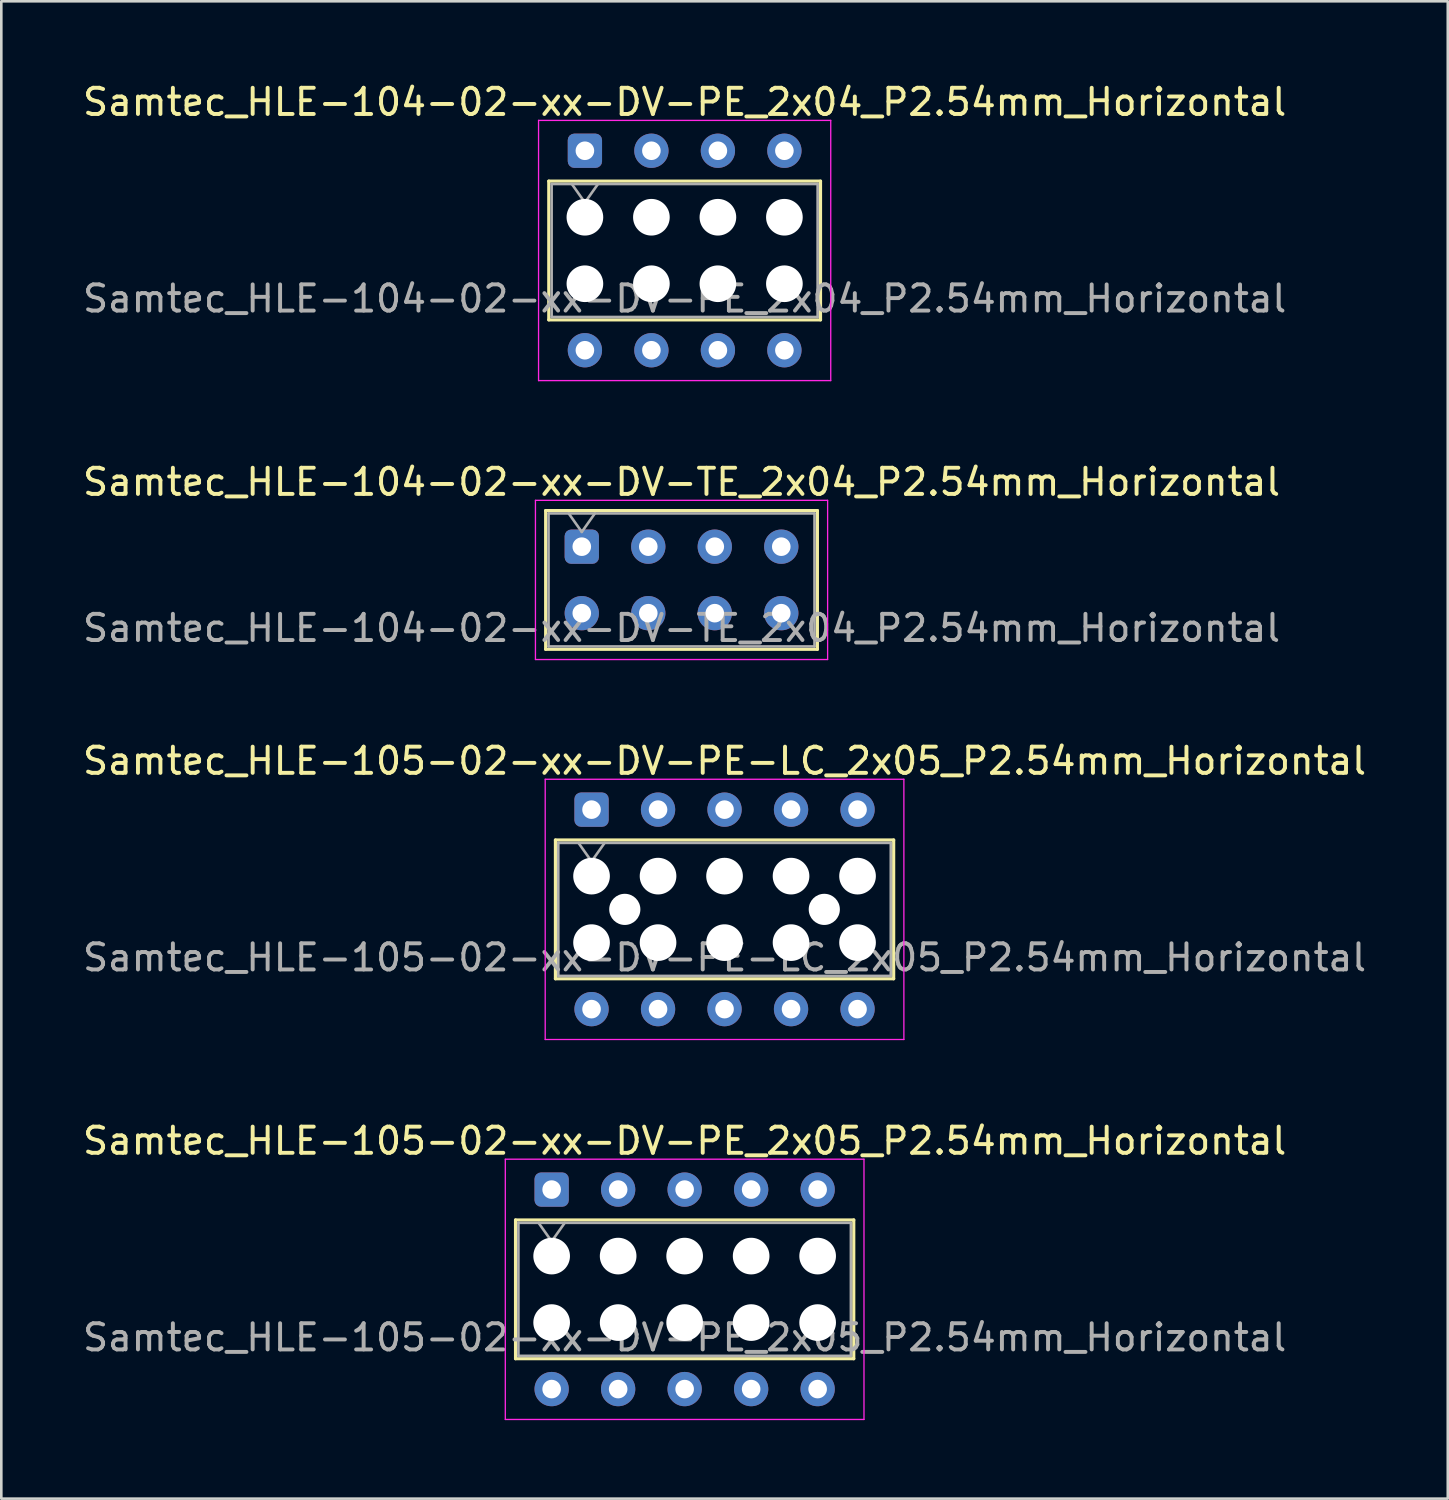
<source format=kicad_pcb>
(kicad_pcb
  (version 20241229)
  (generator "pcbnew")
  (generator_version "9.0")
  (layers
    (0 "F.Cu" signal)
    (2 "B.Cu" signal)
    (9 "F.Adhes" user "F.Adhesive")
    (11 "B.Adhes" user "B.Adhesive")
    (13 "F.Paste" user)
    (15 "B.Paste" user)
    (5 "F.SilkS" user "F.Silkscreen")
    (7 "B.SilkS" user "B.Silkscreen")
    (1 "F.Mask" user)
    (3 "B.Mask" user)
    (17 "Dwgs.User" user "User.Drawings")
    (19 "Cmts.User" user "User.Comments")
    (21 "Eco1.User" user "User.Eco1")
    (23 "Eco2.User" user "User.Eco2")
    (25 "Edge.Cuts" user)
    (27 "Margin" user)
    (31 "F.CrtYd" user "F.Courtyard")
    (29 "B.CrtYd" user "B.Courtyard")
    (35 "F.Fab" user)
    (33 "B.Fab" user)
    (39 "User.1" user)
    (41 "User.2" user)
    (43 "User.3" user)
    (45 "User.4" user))
  (footprint "Samtec_HLE-105-02-xx-DV-PE-LC_2x05_P2.54mm_Horizontal"
    (layer "F.Cu")
    (at 19.545 27.875)
    (property "Reference" "Samtec_HLE-105-02-xx-DV-PE-LC_2x05_P2.54mm_Horizontal" (at 5.08 -1.86 0) (layer "F.SilkS") (effects (font (size 1 1) (thickness 0.15))))
    (attr through_hole)
    (fp_line (start -1.38 1.16) (end 11.54 1.16) (stroke (width 0.12) (type solid)) (layer "F.SilkS"))
    (fp_line (start -1.38 6.46) (end -1.38 1.16) (stroke (width 0.12) (type solid)) (layer "F.SilkS"))
    (fp_line (start 11.54 1.16) (end 11.54 6.46) (stroke (width 0.12) (type solid)) (layer "F.SilkS"))
    (fp_line (start 11.54 6.46) (end -1.38 6.46) (stroke (width 0.12) (type solid)) (layer "F.SilkS"))
    (fp_line (start -1.77 -1.16) (end 11.93 -1.16) (stroke (width 0.05) (type solid)) (layer "F.CrtYd"))
    (fp_line (start -1.77 8.78) (end -1.77 -1.16) (stroke (width 0.05) (type solid)) (layer "F.CrtYd"))
    (fp_line (start 11.93 -1.16) (end 11.93 8.78) (stroke (width 0.05) (type solid)) (layer "F.CrtYd"))
    (fp_line (start 11.93 8.78) (end -1.77 8.78) (stroke (width 0.05) (type solid)) (layer "F.CrtYd"))
    (fp_line (start -1.27 1.27) (end 11.43 1.27) (stroke (width 0.1) (type solid)) (layer "F.Fab"))
    (fp_line (start -1.27 6.35) (end -1.27 1.27) (stroke (width 0.1) (type solid)) (layer "F.Fab"))
    (fp_line (start -0.5 1.27) (end 0 1.977) (stroke (width 0.1) (type solid)) (layer "F.Fab"))
    (fp_line (start 0 1.977) (end 0.5 1.27) (stroke (width 0.1) (type solid)) (layer "F.Fab"))
    (fp_line (start 11.43 1.27) (end 11.43 6.35) (stroke (width 0.1) (type solid)) (layer "F.Fab"))
    (fp_line (start 11.43 6.35) (end -1.27 6.35) (stroke (width 0.1) (type solid)) (layer "F.Fab"))
    (fp_text user "${REFERENCE}" (at 5.08 5.65 0) (layer "F.Fab") (effects (font (size 1 1) (thickness 0.15))))
    (pad "" np_thru_hole circle (at 0 2.54) (size 1.4 1.4) (drill 1.4) (layers "*.Cu" "*.Mask"))
    (pad "" np_thru_hole circle (at 0 5.08) (size 1.4 1.4) (drill 1.4) (layers "*.Cu" "*.Mask"))
    (pad "" np_thru_hole circle (at 1.27 3.81) (size 1.19 1.19) (drill 1.19) (layers "*.Cu" "*.Mask"))
    (pad "" np_thru_hole circle (at 2.54 2.54) (size 1.4 1.4) (drill 1.4) (layers "*.Cu" "*.Mask"))
    (pad "" np_thru_hole circle (at 2.54 5.08) (size 1.4 1.4) (drill 1.4) (layers "*.Cu" "*.Mask"))
    (pad "" np_thru_hole circle (at 5.08 2.54) (size 1.4 1.4) (drill 1.4) (layers "*.Cu" "*.Mask"))
    (pad "" np_thru_hole circle (at 5.08 5.08) (size 1.4 1.4) (drill 1.4) (layers "*.Cu" "*.Mask"))
    (pad "" np_thru_hole circle (at 7.62 2.54) (size 1.4 1.4) (drill 1.4) (layers "*.Cu" "*.Mask"))
    (pad "" np_thru_hole circle (at 7.62 5.08) (size 1.4 1.4) (drill 1.4) (layers "*.Cu" "*.Mask"))
    (pad "" np_thru_hole circle (at 8.89 3.81) (size 1.19 1.19) (drill 1.19) (layers "*.Cu" "*.Mask"))
    (pad "" np_thru_hole circle (at 10.16 2.54) (size 1.4 1.4) (drill 1.4) (layers "*.Cu" "*.Mask"))
    (pad "" np_thru_hole circle (at 10.16 5.08) (size 1.4 1.4) (drill 1.4) (layers "*.Cu" "*.Mask"))
    (pad "1" thru_hole roundrect (at 0 0) (size 1.31 1.31) (drill 0.71) (layers "*.Cu" "*.Mask") (roundrect_rratio 0.191))
    (pad "2" thru_hole circle (at 0 7.62) (size 1.31 1.31) (drill 0.71) (layers "*.Cu" "*.Mask"))
    (pad "3" thru_hole circle (at 2.54 0) (size 1.31 1.31) (drill 0.71) (layers "*.Cu" "*.Mask"))
    (pad "4" thru_hole circle (at 2.54 7.62) (size 1.31 1.31) (drill 0.71) (layers "*.Cu" "*.Mask"))
    (pad "5" thru_hole circle (at 5.08 0) (size 1.31 1.31) (drill 0.71) (layers "*.Cu" "*.Mask"))
    (pad "6" thru_hole circle (at 5.08 7.62) (size 1.31 1.31) (drill 0.71) (layers "*.Cu" "*.Mask"))
    (pad "7" thru_hole circle (at 7.62 0) (size 1.31 1.31) (drill 0.71) (layers "*.Cu" "*.Mask"))
    (pad "8" thru_hole circle (at 7.62 7.62) (size 1.31 1.31) (drill 0.71) (layers "*.Cu" "*.Mask"))
    (pad "9" thru_hole circle (at 10.16 0) (size 1.31 1.31) (drill 0.71) (layers "*.Cu" "*.Mask"))
    (pad "10" thru_hole circle (at 10.16 7.62) (size 1.31 1.31) (drill 0.71) (layers "*.Cu" "*.Mask")))
  (footprint "Samtec_HLE-104-02-xx-DV-PE_2x04_P2.54mm_Horizontal"
    (layer "F.Cu")
    (at 19.291 2.708)
    (property "Reference" "Samtec_HLE-104-02-xx-DV-PE_2x04_P2.54mm_Horizontal" (at 3.81 -1.86 0) (layer "F.SilkS") (effects (font (size 1 1) (thickness 0.15))))
    (attr through_hole)
    (fp_line (start -1.38 1.16) (end 9 1.16) (stroke (width 0.12) (type solid)) (layer "F.SilkS"))
    (fp_line (start -1.38 6.46) (end -1.38 1.16) (stroke (width 0.12) (type solid)) (layer "F.SilkS"))
    (fp_line (start 9 1.16) (end 9 6.46) (stroke (width 0.12) (type solid)) (layer "F.SilkS"))
    (fp_line (start 9 6.46) (end -1.38 6.46) (stroke (width 0.12) (type solid)) (layer "F.SilkS"))
    (fp_line (start -1.77 -1.16) (end 9.39 -1.16) (stroke (width 0.05) (type solid)) (layer "F.CrtYd"))
    (fp_line (start -1.77 8.78) (end -1.77 -1.16) (stroke (width 0.05) (type solid)) (layer "F.CrtYd"))
    (fp_line (start 9.39 -1.16) (end 9.39 8.78) (stroke (width 0.05) (type solid)) (layer "F.CrtYd"))
    (fp_line (start 9.39 8.78) (end -1.77 8.78) (stroke (width 0.05) (type solid)) (layer "F.CrtYd"))
    (fp_line (start -1.27 1.27) (end 8.89 1.27) (stroke (width 0.1) (type solid)) (layer "F.Fab"))
    (fp_line (start -1.27 6.35) (end -1.27 1.27) (stroke (width 0.1) (type solid)) (layer "F.Fab"))
    (fp_line (start -0.5 1.27) (end 0 1.977) (stroke (width 0.1) (type solid)) (layer "F.Fab"))
    (fp_line (start 0 1.977) (end 0.5 1.27) (stroke (width 0.1) (type solid)) (layer "F.Fab"))
    (fp_line (start 8.89 1.27) (end 8.89 6.35) (stroke (width 0.1) (type solid)) (layer "F.Fab"))
    (fp_line (start 8.89 6.35) (end -1.27 6.35) (stroke (width 0.1) (type solid)) (layer "F.Fab"))
    (fp_text user "${REFERENCE}" (at 3.81 5.65 0) (layer "F.Fab") (effects (font (size 1 1) (thickness 0.15))))
    (pad "" np_thru_hole circle (at 0 2.54) (size 1.4 1.4) (drill 1.4) (layers "*.Cu" "*.Mask"))
    (pad "" np_thru_hole circle (at 0 5.08) (size 1.4 1.4) (drill 1.4) (layers "*.Cu" "*.Mask"))
    (pad "" np_thru_hole circle (at 2.54 2.54) (size 1.4 1.4) (drill 1.4) (layers "*.Cu" "*.Mask"))
    (pad "" np_thru_hole circle (at 2.54 5.08) (size 1.4 1.4) (drill 1.4) (layers "*.Cu" "*.Mask"))
    (pad "" np_thru_hole circle (at 5.08 2.54) (size 1.4 1.4) (drill 1.4) (layers "*.Cu" "*.Mask"))
    (pad "" np_thru_hole circle (at 5.08 5.08) (size 1.4 1.4) (drill 1.4) (layers "*.Cu" "*.Mask"))
    (pad "" np_thru_hole circle (at 7.62 2.54) (size 1.4 1.4) (drill 1.4) (layers "*.Cu" "*.Mask"))
    (pad "" np_thru_hole circle (at 7.62 5.08) (size 1.4 1.4) (drill 1.4) (layers "*.Cu" "*.Mask"))
    (pad "1" thru_hole roundrect (at 0 0) (size 1.31 1.31) (drill 0.71) (layers "*.Cu" "*.Mask") (roundrect_rratio 0.191))
    (pad "2" thru_hole circle (at 0 7.62) (size 1.31 1.31) (drill 0.71) (layers "*.Cu" "*.Mask"))
    (pad "3" thru_hole circle (at 2.54 0) (size 1.31 1.31) (drill 0.71) (layers "*.Cu" "*.Mask"))
    (pad "4" thru_hole circle (at 2.54 7.62) (size 1.31 1.31) (drill 0.71) (layers "*.Cu" "*.Mask"))
    (pad "5" thru_hole circle (at 5.08 0) (size 1.31 1.31) (drill 0.71) (layers "*.Cu" "*.Mask"))
    (pad "6" thru_hole circle (at 5.08 7.62) (size 1.31 1.31) (drill 0.71) (layers "*.Cu" "*.Mask"))
    (pad "7" thru_hole circle (at 7.62 0) (size 1.31 1.31) (drill 0.71) (layers "*.Cu" "*.Mask"))
    (pad "8" thru_hole circle (at 7.62 7.62) (size 1.31 1.31) (drill 0.71) (layers "*.Cu" "*.Mask")))
  (footprint "Samtec_HLE-105-02-xx-DV-PE_2x05_P2.54mm_Horizontal"
    (layer "F.Cu")
    (at 18.021 42.388)
    (property "Reference" "Samtec_HLE-105-02-xx-DV-PE_2x05_P2.54mm_Horizontal" (at 5.08 -1.86 0) (layer "F.SilkS") (effects (font (size 1 1) (thickness 0.15))))
    (attr through_hole)
    (fp_line (start -1.38 1.16) (end 11.54 1.16) (stroke (width 0.12) (type solid)) (layer "F.SilkS"))
    (fp_line (start -1.38 6.46) (end -1.38 1.16) (stroke (width 0.12) (type solid)) (layer "F.SilkS"))
    (fp_line (start 11.54 1.16) (end 11.54 6.46) (stroke (width 0.12) (type solid)) (layer "F.SilkS"))
    (fp_line (start 11.54 6.46) (end -1.38 6.46) (stroke (width 0.12) (type solid)) (layer "F.SilkS"))
    (fp_line (start -1.77 -1.16) (end 11.93 -1.16) (stroke (width 0.05) (type solid)) (layer "F.CrtYd"))
    (fp_line (start -1.77 8.78) (end -1.77 -1.16) (stroke (width 0.05) (type solid)) (layer "F.CrtYd"))
    (fp_line (start 11.93 -1.16) (end 11.93 8.78) (stroke (width 0.05) (type solid)) (layer "F.CrtYd"))
    (fp_line (start 11.93 8.78) (end -1.77 8.78) (stroke (width 0.05) (type solid)) (layer "F.CrtYd"))
    (fp_line (start -1.27 1.27) (end 11.43 1.27) (stroke (width 0.1) (type solid)) (layer "F.Fab"))
    (fp_line (start -1.27 6.35) (end -1.27 1.27) (stroke (width 0.1) (type solid)) (layer "F.Fab"))
    (fp_line (start -0.5 1.27) (end 0 1.977) (stroke (width 0.1) (type solid)) (layer "F.Fab"))
    (fp_line (start 0 1.977) (end 0.5 1.27) (stroke (width 0.1) (type solid)) (layer "F.Fab"))
    (fp_line (start 11.43 1.27) (end 11.43 6.35) (stroke (width 0.1) (type solid)) (layer "F.Fab"))
    (fp_line (start 11.43 6.35) (end -1.27 6.35) (stroke (width 0.1) (type solid)) (layer "F.Fab"))
    (fp_text user "${REFERENCE}" (at 5.08 5.65 0) (layer "F.Fab") (effects (font (size 1 1) (thickness 0.15))))
    (pad "" np_thru_hole circle (at 0 2.54) (size 1.4 1.4) (drill 1.4) (layers "*.Cu" "*.Mask"))
    (pad "" np_thru_hole circle (at 0 5.08) (size 1.4 1.4) (drill 1.4) (layers "*.Cu" "*.Mask"))
    (pad "" np_thru_hole circle (at 2.54 2.54) (size 1.4 1.4) (drill 1.4) (layers "*.Cu" "*.Mask"))
    (pad "" np_thru_hole circle (at 2.54 5.08) (size 1.4 1.4) (drill 1.4) (layers "*.Cu" "*.Mask"))
    (pad "" np_thru_hole circle (at 5.08 2.54) (size 1.4 1.4) (drill 1.4) (layers "*.Cu" "*.Mask"))
    (pad "" np_thru_hole circle (at 5.08 5.08) (size 1.4 1.4) (drill 1.4) (layers "*.Cu" "*.Mask"))
    (pad "" np_thru_hole circle (at 7.62 2.54) (size 1.4 1.4) (drill 1.4) (layers "*.Cu" "*.Mask"))
    (pad "" np_thru_hole circle (at 7.62 5.08) (size 1.4 1.4) (drill 1.4) (layers "*.Cu" "*.Mask"))
    (pad "" np_thru_hole circle (at 10.16 2.54) (size 1.4 1.4) (drill 1.4) (layers "*.Cu" "*.Mask"))
    (pad "" np_thru_hole circle (at 10.16 5.08) (size 1.4 1.4) (drill 1.4) (layers "*.Cu" "*.Mask"))
    (pad "1" thru_hole roundrect (at 0 0) (size 1.31 1.31) (drill 0.71) (layers "*.Cu" "*.Mask") (roundrect_rratio 0.191))
    (pad "2" thru_hole circle (at 0 7.62) (size 1.31 1.31) (drill 0.71) (layers "*.Cu" "*.Mask"))
    (pad "3" thru_hole circle (at 2.54 0) (size 1.31 1.31) (drill 0.71) (layers "*.Cu" "*.Mask"))
    (pad "4" thru_hole circle (at 2.54 7.62) (size 1.31 1.31) (drill 0.71) (layers "*.Cu" "*.Mask"))
    (pad "5" thru_hole circle (at 5.08 0) (size 1.31 1.31) (drill 0.71) (layers "*.Cu" "*.Mask"))
    (pad "6" thru_hole circle (at 5.08 7.62) (size 1.31 1.31) (drill 0.71) (layers "*.Cu" "*.Mask"))
    (pad "7" thru_hole circle (at 7.62 0) (size 1.31 1.31) (drill 0.71) (layers "*.Cu" "*.Mask"))
    (pad "8" thru_hole circle (at 7.62 7.62) (size 1.31 1.31) (drill 0.71) (layers "*.Cu" "*.Mask"))
    (pad "9" thru_hole circle (at 10.16 0) (size 1.31 1.31) (drill 0.71) (layers "*.Cu" "*.Mask"))
    (pad "10" thru_hole circle (at 10.16 7.62) (size 1.31 1.31) (drill 0.71) (layers "*.Cu" "*.Mask")))
  (footprint "Samtec_HLE-104-02-xx-DV-TE_2x04_P2.54mm_Horizontal"
    (layer "F.Cu")
    (at 19.172 17.831)
    (property "Reference" "Samtec_HLE-104-02-xx-DV-TE_2x04_P2.54mm_Horizontal" (at 3.81 -2.47 0) (layer "F.SilkS") (effects (font (size 1 1) (thickness 0.15))))
    (attr through_hole)
    (fp_line (start -1.38 -1.38) (end 9 -1.38) (stroke (width 0.12) (type solid)) (layer "F.SilkS"))
    (fp_line (start -1.38 3.92) (end -1.38 -1.38) (stroke (width 0.12) (type solid)) (layer "F.SilkS"))
    (fp_line (start 9 -1.38) (end 9 3.92) (stroke (width 0.12) (type solid)) (layer "F.SilkS"))
    (fp_line (start 9 3.92) (end -1.38 3.92) (stroke (width 0.12) (type solid)) (layer "F.SilkS"))
    (fp_line (start -1.77 -1.77) (end 9.39 -1.77) (stroke (width 0.05) (type solid)) (layer "F.CrtYd"))
    (fp_line (start -1.77 4.31) (end -1.77 -1.77) (stroke (width 0.05) (type solid)) (layer "F.CrtYd"))
    (fp_line (start 9.39 -1.77) (end 9.39 4.31) (stroke (width 0.05) (type solid)) (layer "F.CrtYd"))
    (fp_line (start 9.39 4.31) (end -1.77 4.31) (stroke (width 0.05) (type solid)) (layer "F.CrtYd"))
    (fp_line (start -1.27 -1.27) (end 8.89 -1.27) (stroke (width 0.1) (type solid)) (layer "F.Fab"))
    (fp_line (start -1.27 3.81) (end -1.27 -1.27) (stroke (width 0.1) (type solid)) (layer "F.Fab"))
    (fp_line (start -0.5 -1.27) (end 0 -0.563) (stroke (width 0.1) (type solid)) (layer "F.Fab"))
    (fp_line (start 0 -0.563) (end 0.5 -1.27) (stroke (width 0.1) (type solid)) (layer "F.Fab"))
    (fp_line (start 8.89 -1.27) (end 8.89 3.81) (stroke (width 0.1) (type solid)) (layer "F.Fab"))
    (fp_line (start 8.89 3.81) (end -1.27 3.81) (stroke (width 0.1) (type solid)) (layer "F.Fab"))
    (fp_text user "${REFERENCE}" (at 3.81 3.11 0) (layer "F.Fab") (effects (font (size 1 1) (thickness 0.15))))
    (pad "1" thru_hole roundrect (at 0 0) (size 1.31 1.31) (drill 0.71) (layers "*.Cu" "*.Mask") (roundrect_rratio 0.191))
    (pad "2" thru_hole circle (at 0 2.54) (size 1.31 1.31) (drill 0.71) (layers "*.Cu" "*.Mask"))
    (pad "3" thru_hole circle (at 2.54 0) (size 1.31 1.31) (drill 0.71) (layers "*.Cu" "*.Mask"))
    (pad "4" thru_hole circle (at 2.54 2.54) (size 1.31 1.31) (drill 0.71) (layers "*.Cu" "*.Mask"))
    (pad "5" thru_hole circle (at 5.08 0) (size 1.31 1.31) (drill 0.71) (layers "*.Cu" "*.Mask"))
    (pad "6" thru_hole circle (at 5.08 2.54) (size 1.31 1.31) (drill 0.71) (layers "*.Cu" "*.Mask"))
    (pad "7" thru_hole circle (at 7.62 0) (size 1.31 1.31) (drill 0.71) (layers "*.Cu" "*.Mask"))
    (pad "8" thru_hole circle (at 7.62 2.54) (size 1.31 1.31) (drill 0.71) (layers "*.Cu" "*.Mask")))
  (gr_rect
    (start -3 -3)
    (end 52.25 54.193)
    (stroke (width 0.1) (type default))
    (fill no)
    (layer "Edge.Cuts")))
</source>
